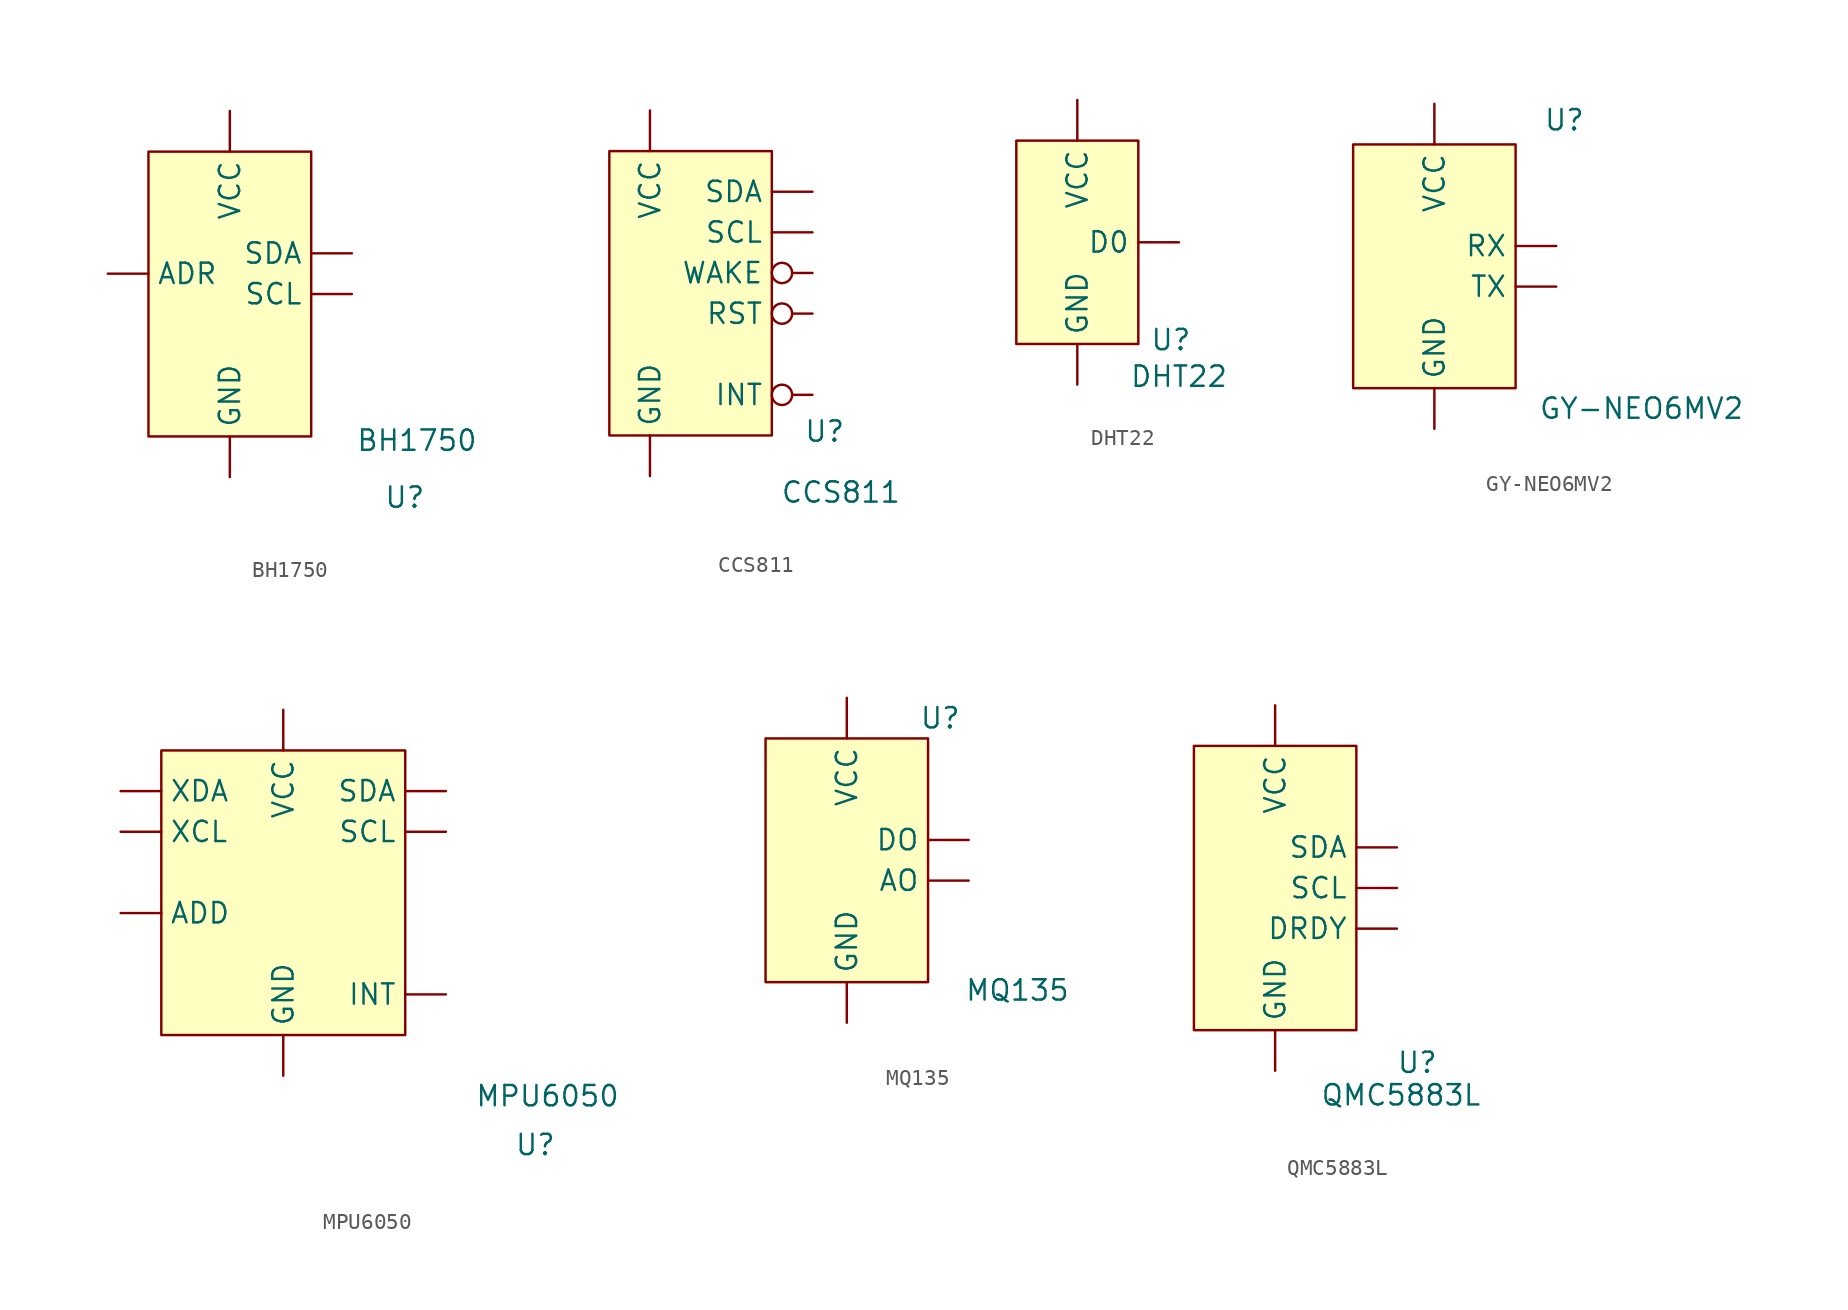
<source format=kicad_sym>
(kicad_symbol_lib
  (version 20231120)
  (generator "kicad_symbol_editor")
  (generator_version "8.0")
  (symbol "BH1750"
    (property "Reference" "U"
      (at 10.922 -13.97 0)
      (effects (font (size 1.27 1.27))))
    (property "Value" "BH1750"
      (at 11.684 -10.414 0)
      (effects (font (size 1.27 1.27))))
    (symbol "BH1750_0_1"
      (rectangle (start -5.08 7.62) (end 5.08 -10.16) (stroke (width 0) (type default)) (fill (type background))))
    (symbol "BH1750_1_1"
      (pin input line (at -7.62 0 0) (length 2.54) (name "ADR" (effects (font (size 1.27 1.27)))) (number "" (effects (font (size 1.27 1.27)))))
      (pin power_in line (at 0 -12.7 90) (length 2.54) (name "GND" (effects (font (size 1.27 1.27)))) (number "" (effects (font (size 1.27 1.27)))))
      (pin bidirectional line (at 7.62 -1.27 180) (length 2.54) (name "SCL" (effects (font (size 1.27 1.27)))) (number "" (effects (font (size 1.27 1.27)))))
      (pin bidirectional line (at 7.62 1.27 180) (length 2.54) (name "SDA" (effects (font (size 1.27 1.27)))) (number "" (effects (font (size 1.27 1.27)))))
      (pin power_in line (at 0 10.16 270) (length 2.54) (name "VCC" (effects (font (size 1.27 1.27)))) (number "" (effects (font (size 1.27 1.27)))))))
  (symbol "CCS811"
    (property "Reference" "U"
      (at 10.922 -9.906 0)
      (effects (font (size 1.27 1.27))))
    (property "Value" "CCS811"
      (at 11.938 -13.716 0)
      (effects (font (size 1.27 1.27))))
    (symbol "CCS811_0_1"
      (rectangle (start -2.54 7.62) (end 7.62 -10.16) (stroke (width 0) (type default)) (fill (type background))))
    (symbol "CCS811_1_1"
      (pin power_in line (at 0 -12.7 90) (length 2.54) (name "GND" (effects (font (size 1.27 1.27)))) (number "" (effects (font (size 1.27 1.27)))))
      (pin output inverted (at 10.16 -7.62 180) (length 2.54) (name "INT" (effects (font (size 1.27 1.27)))) (number "" (effects (font (size 1.27 1.27)))))
      (pin input inverted (at 10.16 -2.54 180) (length 2.54) (name "RST" (effects (font (size 1.27 1.27)))) (number "" (effects (font (size 1.27 1.27)))))
      (pin bidirectional line (at 10.16 2.54 180) (length 2.54) (name "SCL" (effects (font (size 1.27 1.27)))) (number "" (effects (font (size 1.27 1.27)))))
      (pin bidirectional line (at 10.16 5.08 180) (length 2.54) (name "SDA" (effects (font (size 1.27 1.27)))) (number "" (effects (font (size 1.27 1.27)))))
      (pin power_in line (at 0 10.16 270) (length 2.54) (name "VCC" (effects (font (size 1.27 1.27)))) (number "" (effects (font (size 1.27 1.27)))))
      (pin input inverted (at 10.16 0 180) (length 2.54) (name "WAKE" (effects (font (size 1.27 1.27)))) (number "" (effects (font (size 1.27 1.27)))))))
  (symbol "DHT22"
    (property "Reference" "U"
      (at 5.842 -4.826 0)
      (effects (font (size 1.27 1.27))))
    (property "Value" "DHT22"
      (at 6.35 -7.112 0)
      (effects (font (size 1.27 1.27))))
    (symbol "DHT22_0_1"
      (rectangle (start -3.81 7.62) (end 3.81 -5.08) (stroke (width 0) (type default)) (fill (type background))))
    (symbol "DHT22_1_1"
      (pin output line (at 6.35 1.27 180) (length 2.54) (name "D0" (effects (font (size 1.27 1.27)))) (number "" (effects (font (size 1.27 1.27)))))
      (pin power_in line (at 0 -7.62 90) (length 2.54) (name "GND" (effects (font (size 1.27 1.27)))) (number "" (effects (font (size 1.27 1.27)))))
      (pin power_in line (at 0 10.16 270) (length 2.54) (name "VCC" (effects (font (size 1.27 1.27)))) (number "" (effects (font (size 1.27 1.27)))))))
  (symbol "GY-NEO6MV2"
    (property "Reference" "U"
      (at 8.128 9.144 0)
      (effects (font (size 1.27 1.27))))
    (property "Value" "GY-NEO6MV2"
      (at 12.954 -8.89 0)
      (effects (font (size 1.27 1.27))))
    (symbol "GY-NEO6MV2_0_1"
      (rectangle (start -5.08 7.62) (end 5.08 -7.62) (stroke (width 0) (type default)) (fill (type background))))
    (symbol "GY-NEO6MV2_1_1"
      (pin power_in line (at 0 -10.16 90) (length 2.54) (name "GND" (effects (font (size 1.27 1.27)))) (number "" (effects (font (size 1.27 1.27)))))
      (pin input line (at 7.62 1.27 180) (length 2.54) (name "RX" (effects (font (size 1.27 1.27)))) (number "" (effects (font (size 1.27 1.27)))))
      (pin output line (at 7.62 -1.27 180) (length 2.54) (name "TX" (effects (font (size 1.27 1.27)))) (number "" (effects (font (size 1.27 1.27)))))
      (pin power_in line (at 0 10.16 270) (length 2.54) (name "VCC" (effects (font (size 1.27 1.27)))) (number "" (effects (font (size 1.27 1.27)))))))
  (symbol "MPU6050"
    (property "Reference" "U"
      (at 15.748 -14.478 0)
      (effects (font (size 1.27 1.27))))
    (property "Value" "MPU6050"
      (at 16.51 -11.43 0)
      (effects (font (size 1.27 1.27))))
    (symbol "MPU6050_0_1"
      (rectangle (start -7.62 10.16) (end 7.62 -7.62) (stroke (width 0) (type default)) (fill (type background))))
    (symbol "MPU6050_1_1"
      (pin input line (at -10.16 0 0) (length 2.54) (name "ADD" (effects (font (size 1.27 1.27)))) (number "" (effects (font (size 1.27 1.27)))))
      (pin power_in line (at 0 -10.16 90) (length 2.54) (name "GND" (effects (font (size 1.27 1.27)))) (number "" (effects (font (size 1.27 1.27)))))
      (pin output line (at 10.16 -5.08 180) (length 2.54) (name "INT" (effects (font (size 1.27 1.27)))) (number "" (effects (font (size 1.27 1.27)))))
      (pin bidirectional line (at 10.16 5.08 180) (length 2.54) (name "SCL" (effects (font (size 1.27 1.27)))) (number "" (effects (font (size 1.27 1.27)))))
      (pin bidirectional line (at 10.16 7.62 180) (length 2.54) (name "SDA" (effects (font (size 1.27 1.27)))) (number "" (effects (font (size 1.27 1.27)))))
      (pin power_in line (at 0 12.7 270) (length 2.54) (name "VCC" (effects (font (size 1.27 1.27)))) (number "" (effects (font (size 1.27 1.27)))))
      (pin bidirectional line (at -10.16 5.08 0) (length 2.54) (name "XCL" (effects (font (size 1.27 1.27)))) (number "" (effects (font (size 1.27 1.27)))))
      (pin bidirectional line (at -10.16 7.62 0) (length 2.54) (name "XDA" (effects (font (size 1.27 1.27)))) (number "" (effects (font (size 1.27 1.27)))))))
  (symbol "MQ135"
    (property "Reference" "U"
      (at 5.842 8.89 0)
      (effects (font (size 1.27 1.27))))
    (property "Value" "MQ135"
      (at 10.668 -8.128 0)
      (effects (font (size 1.27 1.27))))
    (symbol "MQ135_0_1"
      (rectangle (start -5.08 7.62) (end 5.08 -7.62) (stroke (width 0) (type default)) (fill (type background))))
    (symbol "MQ135_1_1"
      (pin output line (at 7.62 -1.27 180) (length 2.54) (name "AO" (effects (font (size 1.27 1.27)))) (number "" (effects (font (size 1.27 1.27)))))
      (pin output line (at 7.62 1.27 180) (length 2.54) (name "DO" (effects (font (size 1.27 1.27)))) (number "" (effects (font (size 1.27 1.27)))))
      (pin power_in line (at 0 -10.16 90) (length 2.54) (name "GND" (effects (font (size 1.27 1.27)))) (number "" (effects (font (size 1.27 1.27)))))
      (pin power_in line (at 0 10.16 270) (length 2.54) (name "VCC" (effects (font (size 1.27 1.27)))) (number "" (effects (font (size 1.27 1.27)))))))
  (symbol "QMC5883L"
    (property "Reference" "U"
      (at 8.89 -9.652 0)
      (effects (font (size 1.27 1.27))))
    (property "Value" "QMC5883L"
      (at 7.874 -11.684 0)
      (effects (font (size 1.27 1.27))))
    (symbol "QMC5883L_0_1"
      (rectangle (start -5.08 10.16) (end 5.08 -7.62) (stroke (width 0) (type default)) (fill (type background))))
    (symbol "QMC5883L_1_1"
      (pin output line (at 7.62 -1.27 180) (length 2.54) (name "DRDY" (effects (font (size 1.27 1.27)))) (number "" (effects (font (size 1.27 1.27)))))
      (pin power_in line (at 0 -10.16 90) (length 2.54) (name "GND" (effects (font (size 1.27 1.27)))) (number "" (effects (font (size 1.27 1.27)))))
      (pin bidirectional line (at 7.62 1.27 180) (length 2.54) (name "SCL" (effects (font (size 1.27 1.27)))) (number "" (effects (font (size 1.27 1.27)))))
      (pin bidirectional line (at 7.62 3.81 180) (length 2.54) (name "SDA" (effects (font (size 1.27 1.27)))) (number "" (effects (font (size 1.27 1.27)))))
      (pin power_in line (at 0 12.7 270) (length 2.54) (name "VCC" (effects (font (size 1.27 1.27)))) (number "" (effects (font (size 1.27 1.27))))))))
</source>
